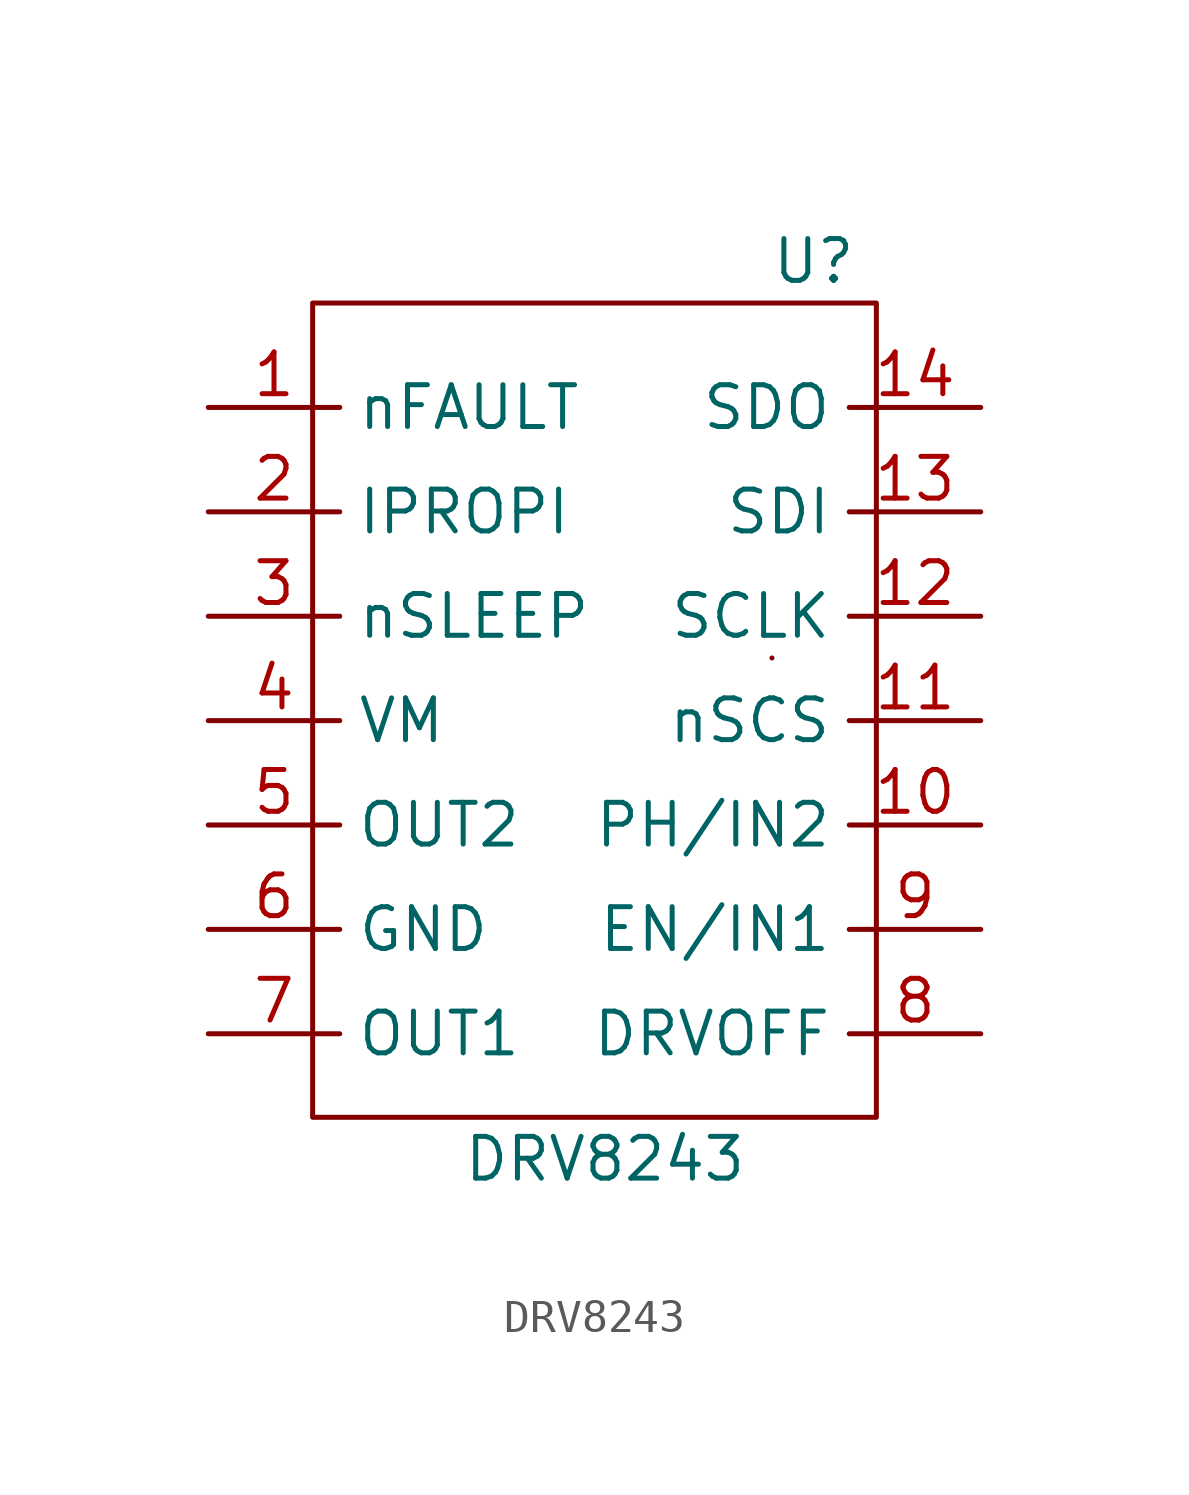
<source format=kicad_sym>
(kicad_symbol_lib
  (version 20211014)
  (generator kicad_symbol_editor)
  (symbol "DRV8243"
    (property "Reference" "U"
      (at 15.24 26.035 0)
      (effects (font (size 1.27 1.27))))
    (property "Value" "DRV8243"
      (at 8.89 -1.27 0)
      (effects (font (size 1.27 1.27))))
    (symbol "DRV8243_0_1"
      (polyline (pts (xy 0 0) (xy 17.145 0) (xy 17.145 24.765) (xy 0 24.765) (xy 0 0)) (stroke (width 0) (type default) (color 0 0 0 0)) (fill (type none)))
      (rectangle (start 13.97 13.97) (end 13.97 13.97) (stroke (width 0) (type default) (color 0 0 0 0)) (fill (type none))))
    (symbol "DRV8243_1_1"
      (pin free line (at -3.175 21.59 0) (length 4) (name "nFAULT" (effects (font (size 1.27 1.27)))) (number "1" (effects (font (size 1.27 1.27)))))
      (pin free line (at 20.32 8.89 180) (length 4) (name "PH/IN2" (effects (font (size 1.27 1.27)))) (number "10" (effects (font (size 1.27 1.27)))))
      (pin free line (at 20.32 12.065 180) (length 4) (name "nSCS" (effects (font (size 1.27 1.27)))) (number "11" (effects (font (size 1.27 1.27)))))
      (pin free line (at 20.32 15.24 180) (length 4) (name "SCLK" (effects (font (size 1.27 1.27)))) (number "12" (effects (font (size 1.27 1.27)))))
      (pin free line (at 20.32 18.415 180) (length 4) (name "SDI" (effects (font (size 1.27 1.27)))) (number "13" (effects (font (size 1.27 1.27)))))
      (pin free line (at 20.32 21.59 180) (length 4) (name "SDO" (effects (font (size 1.27 1.27)))) (number "14" (effects (font (size 1.27 1.27)))))
      (pin free line (at -3.175 18.415 0) (length 4) (name "IPROPI" (effects (font (size 1.27 1.27)))) (number "2" (effects (font (size 1.27 1.27)))))
      (pin free line (at -3.175 15.24 0) (length 4) (name "nSLEEP" (effects (font (size 1.27 1.27)))) (number "3" (effects (font (size 1.27 1.27)))))
      (pin free line (at -3.175 12.065 0) (length 4) (name "VM" (effects (font (size 1.27 1.27)))) (number "4" (effects (font (size 1.27 1.27)))))
      (pin free line (at -3.175 8.89 0) (length 4) (name "OUT2" (effects (font (size 1.27 1.27)))) (number "5" (effects (font (size 1.27 1.27)))))
      (pin free line (at -3.175 5.715 0) (length 4) (name "GND" (effects (font (size 1.27 1.27)))) (number "6" (effects (font (size 1.27 1.27)))))
      (pin free line (at -3.175 2.54 0) (length 4) (name "OUT1" (effects (font (size 1.27 1.27)))) (number "7" (effects (font (size 1.27 1.27)))))
      (pin free line (at 20.32 2.54 180) (length 4) (name "DRVOFF" (effects (font (size 1.27 1.27)))) (number "8" (effects (font (size 1.27 1.27)))))
      (pin free line (at 20.32 5.715 180) (length 4) (name "EN/IN1" (effects (font (size 1.27 1.27)))) (number "9" (effects (font (size 1.27 1.27))))))))
</source>
